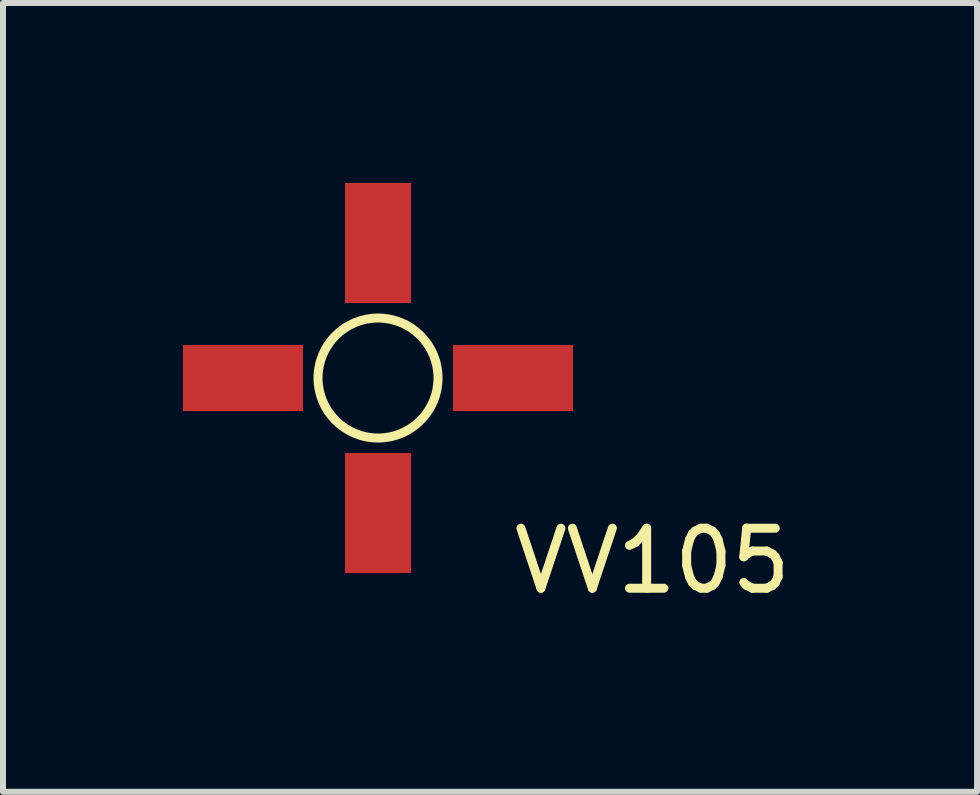
<source format=kicad_pcb>
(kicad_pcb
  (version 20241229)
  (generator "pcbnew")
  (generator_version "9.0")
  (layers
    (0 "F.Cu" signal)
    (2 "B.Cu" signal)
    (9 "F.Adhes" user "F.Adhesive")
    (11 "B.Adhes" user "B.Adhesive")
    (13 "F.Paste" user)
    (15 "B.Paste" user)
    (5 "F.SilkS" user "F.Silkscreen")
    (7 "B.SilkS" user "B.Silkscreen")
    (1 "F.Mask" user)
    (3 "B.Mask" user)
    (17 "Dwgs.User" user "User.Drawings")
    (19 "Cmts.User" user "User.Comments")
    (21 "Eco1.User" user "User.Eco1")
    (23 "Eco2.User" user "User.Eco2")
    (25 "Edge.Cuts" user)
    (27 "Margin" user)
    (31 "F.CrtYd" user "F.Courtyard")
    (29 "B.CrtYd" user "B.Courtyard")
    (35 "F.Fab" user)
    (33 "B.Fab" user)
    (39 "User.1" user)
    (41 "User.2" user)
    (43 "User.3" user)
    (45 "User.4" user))
  (footprint "VV105"
    (layer "F.Cu")
    (at 3.25 3.25)
    (property "Reference" "VV105" (at 4.572 3.048 0) (layer "F.SilkS") (effects (font (size 1 1) (thickness 0.15))))
    (attr through_hole)
    (fp_circle (center 0 0) (end 1 0) (stroke (width 0.15) (type solid)) (fill no) (layer "F.SilkS"))
    (pad "1" smd rect (at 0 2.25) (size 1.1 2) (layers "F.Cu" "F.Mask" "F.Paste"))
    (pad "2" smd rect (at 2.25 0 90) (size 1.1 2) (layers "F.Cu" "F.Mask" "F.Paste"))
    (pad "3" smd rect (at 0 -2.25) (size 1.1 2) (layers "F.Cu" "F.Mask" "F.Paste"))
    (pad "4" smd rect (at -2.25 0 90) (size 1.1 2) (layers "F.Cu" "F.Mask" "F.Paste")))
  (gr_rect
    (start -3 -3)
    (end 13.233 10.146)
    (stroke (width 0.1) (type default))
    (fill no)
    (layer "Edge.Cuts")))
</source>
